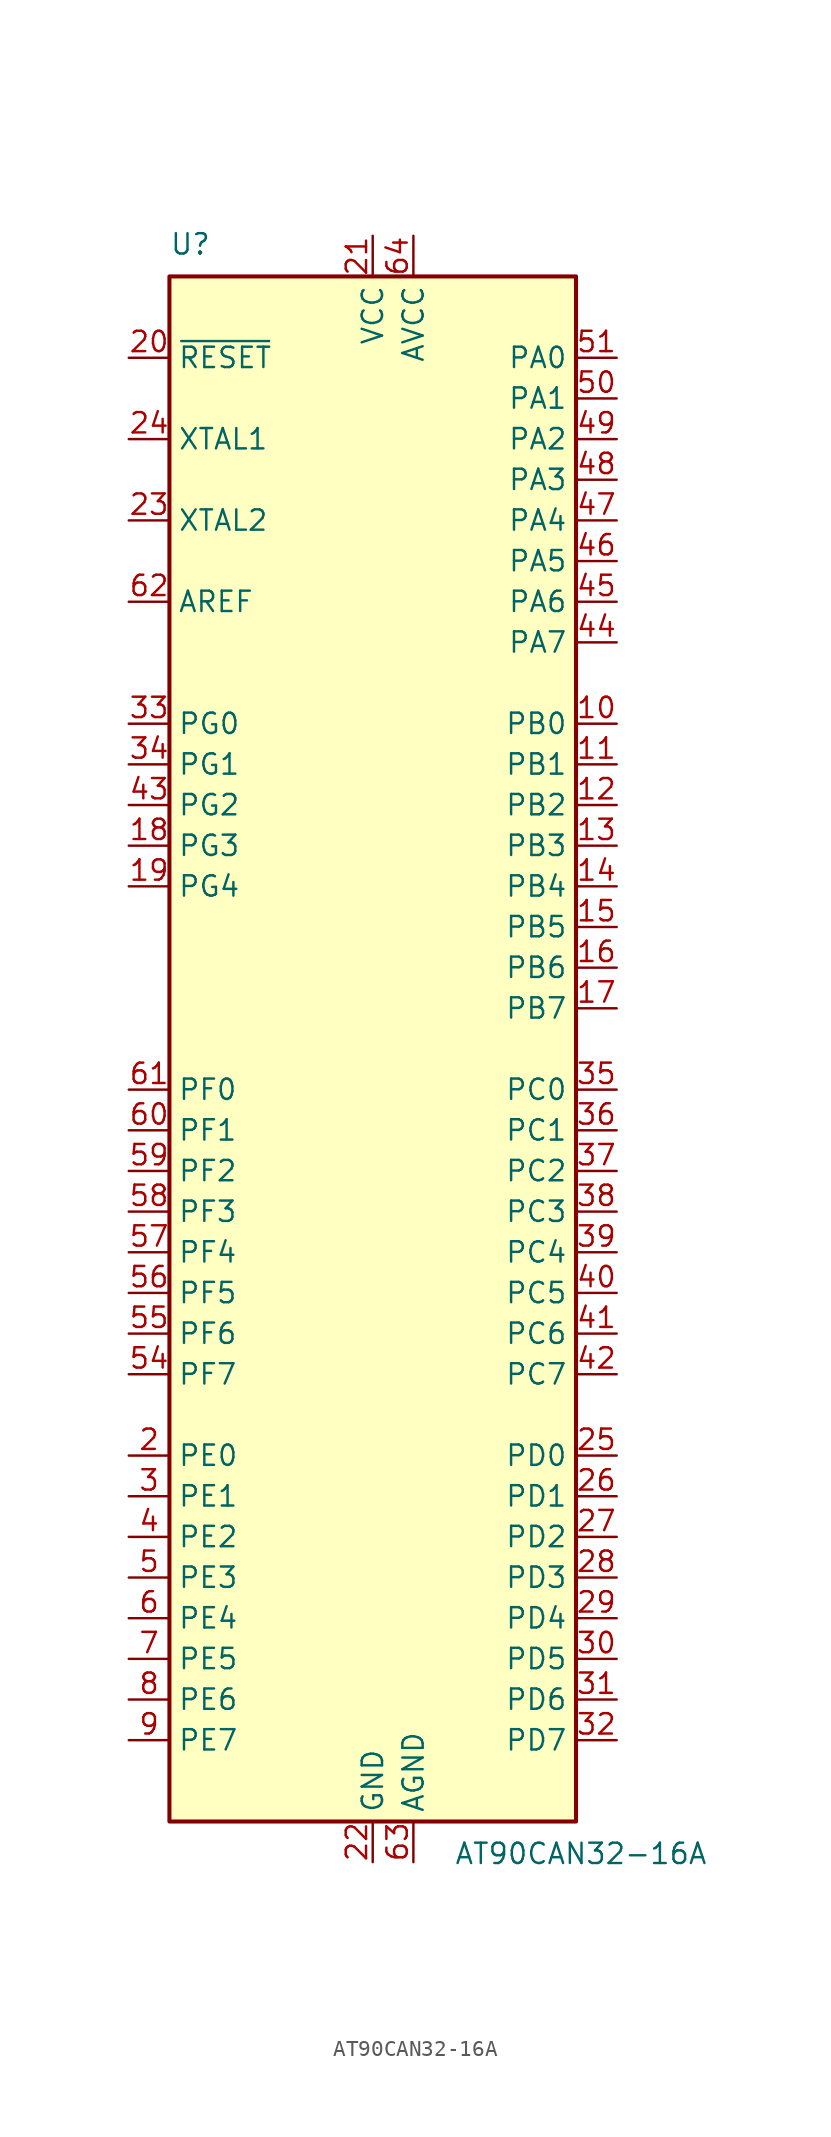
<source format=kicad_sym>
(kicad_symbol_lib
  (version 20231120)
  (generator "kicad_symbol_editor")
  (generator_version "8.0")
  (symbol "AT90CAN32-16A"
    (property "Reference" "U"
      (at -12.7 49.53 0)
      (effects (font (size 1.27 1.27)) (justify left bottom)))
    (property "Value" "AT90CAN32-16A"
      (at 5.08 -49.53 0)
      (effects (font (size 1.27 1.27)) (justify left top)))
    (symbol "AT90CAN32-16A_0_1"
      (rectangle (start -12.7 -48.26) (end 12.7 48.26) (stroke (width 0.254) (type default)) (fill (type background))))
    (symbol "AT90CAN32-16A_1_1"
      (pin no_connect line (at -12.7 -45.72 0) (length 2.54) hide (name "NC" (effects (font (size 1.27 1.27)))) (number "1" (effects (font (size 1.27 1.27)))))
      (pin bidirectional line (at 15.24 20.32 180) (length 2.54) (name "PB0" (effects (font (size 1.27 1.27)))) (number "10" (effects (font (size 1.27 1.27)))))
      (pin bidirectional line (at 15.24 17.78 180) (length 2.54) (name "PB1" (effects (font (size 1.27 1.27)))) (number "11" (effects (font (size 1.27 1.27)))))
      (pin bidirectional line (at 15.24 15.24 180) (length 2.54) (name "PB2" (effects (font (size 1.27 1.27)))) (number "12" (effects (font (size 1.27 1.27)))))
      (pin bidirectional line (at 15.24 12.7 180) (length 2.54) (name "PB3" (effects (font (size 1.27 1.27)))) (number "13" (effects (font (size 1.27 1.27)))))
      (pin bidirectional line (at 15.24 10.16 180) (length 2.54) (name "PB4" (effects (font (size 1.27 1.27)))) (number "14" (effects (font (size 1.27 1.27)))))
      (pin bidirectional line (at 15.24 7.62 180) (length 2.54) (name "PB5" (effects (font (size 1.27 1.27)))) (number "15" (effects (font (size 1.27 1.27)))))
      (pin bidirectional line (at 15.24 5.08 180) (length 2.54) (name "PB6" (effects (font (size 1.27 1.27)))) (number "16" (effects (font (size 1.27 1.27)))))
      (pin bidirectional line (at 15.24 2.54 180) (length 2.54) (name "PB7" (effects (font (size 1.27 1.27)))) (number "17" (effects (font (size 1.27 1.27)))))
      (pin bidirectional line (at -15.24 12.7 0) (length 2.54) (name "PG3" (effects (font (size 1.27 1.27)))) (number "18" (effects (font (size 1.27 1.27)))))
      (pin bidirectional line (at -15.24 10.16 0) (length 2.54) (name "PG4" (effects (font (size 1.27 1.27)))) (number "19" (effects (font (size 1.27 1.27)))))
      (pin bidirectional line (at -15.24 -25.4 0) (length 2.54) (name "PE0" (effects (font (size 1.27 1.27)))) (number "2" (effects (font (size 1.27 1.27)))))
      (pin input line (at -15.24 43.18 0) (length 2.54) (name "~{RESET}" (effects (font (size 1.27 1.27)))) (number "20" (effects (font (size 1.27 1.27)))))
      (pin power_in line (at 0 50.8 270) (length 2.54) (name "VCC" (effects (font (size 1.27 1.27)))) (number "21" (effects (font (size 1.27 1.27)))))
      (pin power_in line (at 0 -50.8 90) (length 2.54) (name "GND" (effects (font (size 1.27 1.27)))) (number "22" (effects (font (size 1.27 1.27)))))
      (pin output line (at -15.24 33.02 0) (length 2.54) (name "XTAL2" (effects (font (size 1.27 1.27)))) (number "23" (effects (font (size 1.27 1.27)))))
      (pin input line (at -15.24 38.1 0) (length 2.54) (name "XTAL1" (effects (font (size 1.27 1.27)))) (number "24" (effects (font (size 1.27 1.27)))))
      (pin bidirectional line (at 15.24 -25.4 180) (length 2.54) (name "PD0" (effects (font (size 1.27 1.27)))) (number "25" (effects (font (size 1.27 1.27)))))
      (pin bidirectional line (at 15.24 -27.94 180) (length 2.54) (name "PD1" (effects (font (size 1.27 1.27)))) (number "26" (effects (font (size 1.27 1.27)))))
      (pin bidirectional line (at 15.24 -30.48 180) (length 2.54) (name "PD2" (effects (font (size 1.27 1.27)))) (number "27" (effects (font (size 1.27 1.27)))))
      (pin bidirectional line (at 15.24 -33.02 180) (length 2.54) (name "PD3" (effects (font (size 1.27 1.27)))) (number "28" (effects (font (size 1.27 1.27)))))
      (pin bidirectional line (at 15.24 -35.56 180) (length 2.54) (name "PD4" (effects (font (size 1.27 1.27)))) (number "29" (effects (font (size 1.27 1.27)))))
      (pin bidirectional line (at -15.24 -27.94 0) (length 2.54) (name "PE1" (effects (font (size 1.27 1.27)))) (number "3" (effects (font (size 1.27 1.27)))))
      (pin bidirectional line (at 15.24 -38.1 180) (length 2.54) (name "PD5" (effects (font (size 1.27 1.27)))) (number "30" (effects (font (size 1.27 1.27)))))
      (pin bidirectional line (at 15.24 -40.64 180) (length 2.54) (name "PD6" (effects (font (size 1.27 1.27)))) (number "31" (effects (font (size 1.27 1.27)))))
      (pin bidirectional line (at 15.24 -43.18 180) (length 2.54) (name "PD7" (effects (font (size 1.27 1.27)))) (number "32" (effects (font (size 1.27 1.27)))))
      (pin bidirectional line (at -15.24 20.32 0) (length 2.54) (name "PG0" (effects (font (size 1.27 1.27)))) (number "33" (effects (font (size 1.27 1.27)))))
      (pin bidirectional line (at -15.24 17.78 0) (length 2.54) (name "PG1" (effects (font (size 1.27 1.27)))) (number "34" (effects (font (size 1.27 1.27)))))
      (pin bidirectional line (at 15.24 -2.54 180) (length 2.54) (name "PC0" (effects (font (size 1.27 1.27)))) (number "35" (effects (font (size 1.27 1.27)))))
      (pin bidirectional line (at 15.24 -5.08 180) (length 2.54) (name "PC1" (effects (font (size 1.27 1.27)))) (number "36" (effects (font (size 1.27 1.27)))))
      (pin bidirectional line (at 15.24 -7.62 180) (length 2.54) (name "PC2" (effects (font (size 1.27 1.27)))) (number "37" (effects (font (size 1.27 1.27)))))
      (pin bidirectional line (at 15.24 -10.16 180) (length 2.54) (name "PC3" (effects (font (size 1.27 1.27)))) (number "38" (effects (font (size 1.27 1.27)))))
      (pin bidirectional line (at 15.24 -12.7 180) (length 2.54) (name "PC4" (effects (font (size 1.27 1.27)))) (number "39" (effects (font (size 1.27 1.27)))))
      (pin bidirectional line (at -15.24 -30.48 0) (length 2.54) (name "PE2" (effects (font (size 1.27 1.27)))) (number "4" (effects (font (size 1.27 1.27)))))
      (pin bidirectional line (at 15.24 -15.24 180) (length 2.54) (name "PC5" (effects (font (size 1.27 1.27)))) (number "40" (effects (font (size 1.27 1.27)))))
      (pin bidirectional line (at 15.24 -17.78 180) (length 2.54) (name "PC6" (effects (font (size 1.27 1.27)))) (number "41" (effects (font (size 1.27 1.27)))))
      (pin bidirectional line (at 15.24 -20.32 180) (length 2.54) (name "PC7" (effects (font (size 1.27 1.27)))) (number "42" (effects (font (size 1.27 1.27)))))
      (pin bidirectional line (at -15.24 15.24 0) (length 2.54) (name "PG2" (effects (font (size 1.27 1.27)))) (number "43" (effects (font (size 1.27 1.27)))))
      (pin bidirectional line (at 15.24 25.4 180) (length 2.54) (name "PA7" (effects (font (size 1.27 1.27)))) (number "44" (effects (font (size 1.27 1.27)))))
      (pin bidirectional line (at 15.24 27.94 180) (length 2.54) (name "PA6" (effects (font (size 1.27 1.27)))) (number "45" (effects (font (size 1.27 1.27)))))
      (pin bidirectional line (at 15.24 30.48 180) (length 2.54) (name "PA5" (effects (font (size 1.27 1.27)))) (number "46" (effects (font (size 1.27 1.27)))))
      (pin bidirectional line (at 15.24 33.02 180) (length 2.54) (name "PA4" (effects (font (size 1.27 1.27)))) (number "47" (effects (font (size 1.27 1.27)))))
      (pin bidirectional line (at 15.24 35.56 180) (length 2.54) (name "PA3" (effects (font (size 1.27 1.27)))) (number "48" (effects (font (size 1.27 1.27)))))
      (pin bidirectional line (at 15.24 38.1 180) (length 2.54) (name "PA2" (effects (font (size 1.27 1.27)))) (number "49" (effects (font (size 1.27 1.27)))))
      (pin bidirectional line (at -15.24 -33.02 0) (length 2.54) (name "PE3" (effects (font (size 1.27 1.27)))) (number "5" (effects (font (size 1.27 1.27)))))
      (pin bidirectional line (at 15.24 40.64 180) (length 2.54) (name "PA1" (effects (font (size 1.27 1.27)))) (number "50" (effects (font (size 1.27 1.27)))))
      (pin bidirectional line (at 15.24 43.18 180) (length 2.54) (name "PA0" (effects (font (size 1.27 1.27)))) (number "51" (effects (font (size 1.27 1.27)))))
      (pin passive line (at 0 50.8 270) (length 2.54) hide (name "VCC" (effects (font (size 1.27 1.27)))) (number "52" (effects (font (size 1.27 1.27)))))
      (pin passive line (at 0 -50.8 90) (length 2.54) hide (name "GND" (effects (font (size 1.27 1.27)))) (number "53" (effects (font (size 1.27 1.27)))))
      (pin bidirectional line (at -15.24 -20.32 0) (length 2.54) (name "PF7" (effects (font (size 1.27 1.27)))) (number "54" (effects (font (size 1.27 1.27)))))
      (pin bidirectional line (at -15.24 -17.78 0) (length 2.54) (name "PF6" (effects (font (size 1.27 1.27)))) (number "55" (effects (font (size 1.27 1.27)))))
      (pin bidirectional line (at -15.24 -15.24 0) (length 2.54) (name "PF5" (effects (font (size 1.27 1.27)))) (number "56" (effects (font (size 1.27 1.27)))))
      (pin bidirectional line (at -15.24 -12.7 0) (length 2.54) (name "PF4" (effects (font (size 1.27 1.27)))) (number "57" (effects (font (size 1.27 1.27)))))
      (pin bidirectional line (at -15.24 -10.16 0) (length 2.54) (name "PF3" (effects (font (size 1.27 1.27)))) (number "58" (effects (font (size 1.27 1.27)))))
      (pin bidirectional line (at -15.24 -7.62 0) (length 2.54) (name "PF2" (effects (font (size 1.27 1.27)))) (number "59" (effects (font (size 1.27 1.27)))))
      (pin bidirectional line (at -15.24 -35.56 0) (length 2.54) (name "PE4" (effects (font (size 1.27 1.27)))) (number "6" (effects (font (size 1.27 1.27)))))
      (pin bidirectional line (at -15.24 -5.08 0) (length 2.54) (name "PF1" (effects (font (size 1.27 1.27)))) (number "60" (effects (font (size 1.27 1.27)))))
      (pin bidirectional line (at -15.24 -2.54 0) (length 2.54) (name "PF0" (effects (font (size 1.27 1.27)))) (number "61" (effects (font (size 1.27 1.27)))))
      (pin passive line (at -15.24 27.94 0) (length 2.54) (name "AREF" (effects (font (size 1.27 1.27)))) (number "62" (effects (font (size 1.27 1.27)))))
      (pin power_in line (at 2.54 -50.8 90) (length 2.54) (name "AGND" (effects (font (size 1.27 1.27)))) (number "63" (effects (font (size 1.27 1.27)))))
      (pin power_in line (at 2.54 50.8 270) (length 2.54) (name "AVCC" (effects (font (size 1.27 1.27)))) (number "64" (effects (font (size 1.27 1.27)))))
      (pin bidirectional line (at -15.24 -38.1 0) (length 2.54) (name "PE5" (effects (font (size 1.27 1.27)))) (number "7" (effects (font (size 1.27 1.27)))))
      (pin bidirectional line (at -15.24 -40.64 0) (length 2.54) (name "PE6" (effects (font (size 1.27 1.27)))) (number "8" (effects (font (size 1.27 1.27)))))
      (pin bidirectional line (at -15.24 -43.18 0) (length 2.54) (name "PE7" (effects (font (size 1.27 1.27)))) (number "9" (effects (font (size 1.27 1.27))))))))
</source>
